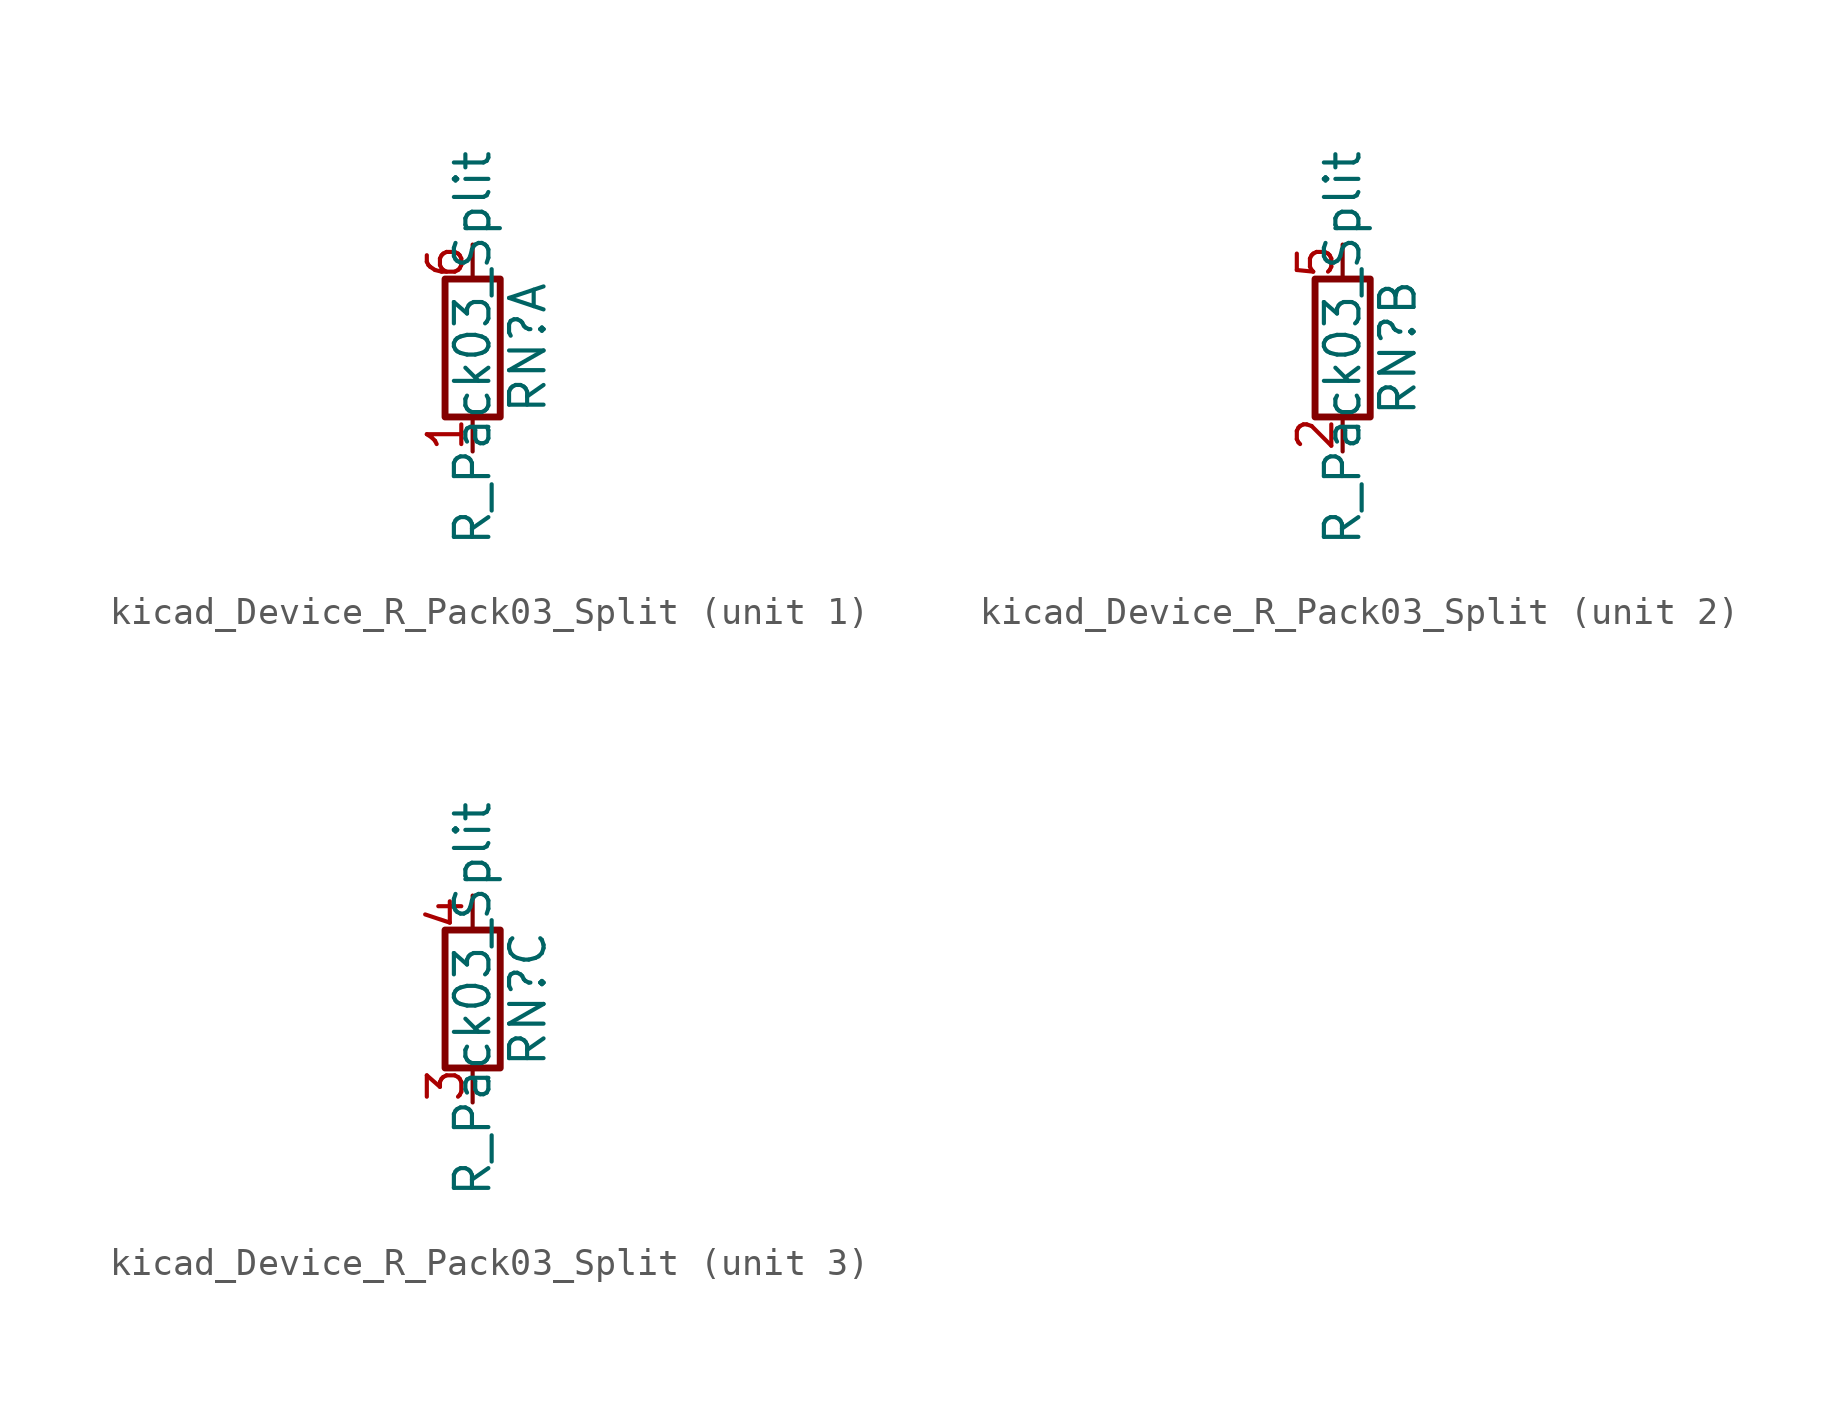
<source format=kicad_sym>
(kicad_symbol_lib
  (version 20220914)
  (generator kicad_symbol_editor)
  (symbol "kicad_Device_R_Pack03_Split"
    (pin_names
      (offset 0) hide)
    (property "Reference" "RN"
      (at 2.032 0 90)
      (effects (font (size 1.27 1.27))))
    (property "Value" "R_Pack03_Split"
      (at 0 0 90)
      (effects (font (size 1.27 1.27))))
    (symbol "kicad_Device_R_Pack03_Split_0_1"
      (rectangle (start 1.016 2.54) (end -1.016 -2.54) (stroke (width 0.254) (type default)) (fill (type none))))
    (symbol "kicad_Device_R_Pack03_Split_1_1"
      (pin passive line (at 0 -3.81 90) (length 1.27) (name "R1.1" (effects (font (size 1.27 1.27)))) (number "1" (effects (font (size 1.27 1.27)))))
      (pin passive line (at 0 3.81 270) (length 1.27) (name "R1.2" (effects (font (size 1.27 1.27)))) (number "6" (effects (font (size 1.27 1.27))))))
    (symbol "kicad_Device_R_Pack03_Split_2_1"
      (pin passive line (at 0 -3.81 90) (length 1.27) (name "R2.1" (effects (font (size 1.27 1.27)))) (number "2" (effects (font (size 1.27 1.27)))))
      (pin passive line (at 0 3.81 270) (length 1.27) (name "R2.2" (effects (font (size 1.27 1.27)))) (number "5" (effects (font (size 1.27 1.27))))))
    (symbol "kicad_Device_R_Pack03_Split_3_1"
      (pin passive line (at 0 -3.81 90) (length 1.27) (name "R3.1" (effects (font (size 1.27 1.27)))) (number "3" (effects (font (size 1.27 1.27)))))
      (pin passive line (at 0 3.81 270) (length 1.27) (name "R3.2" (effects (font (size 1.27 1.27)))) (number "4" (effects (font (size 1.27 1.27))))))))
</source>
